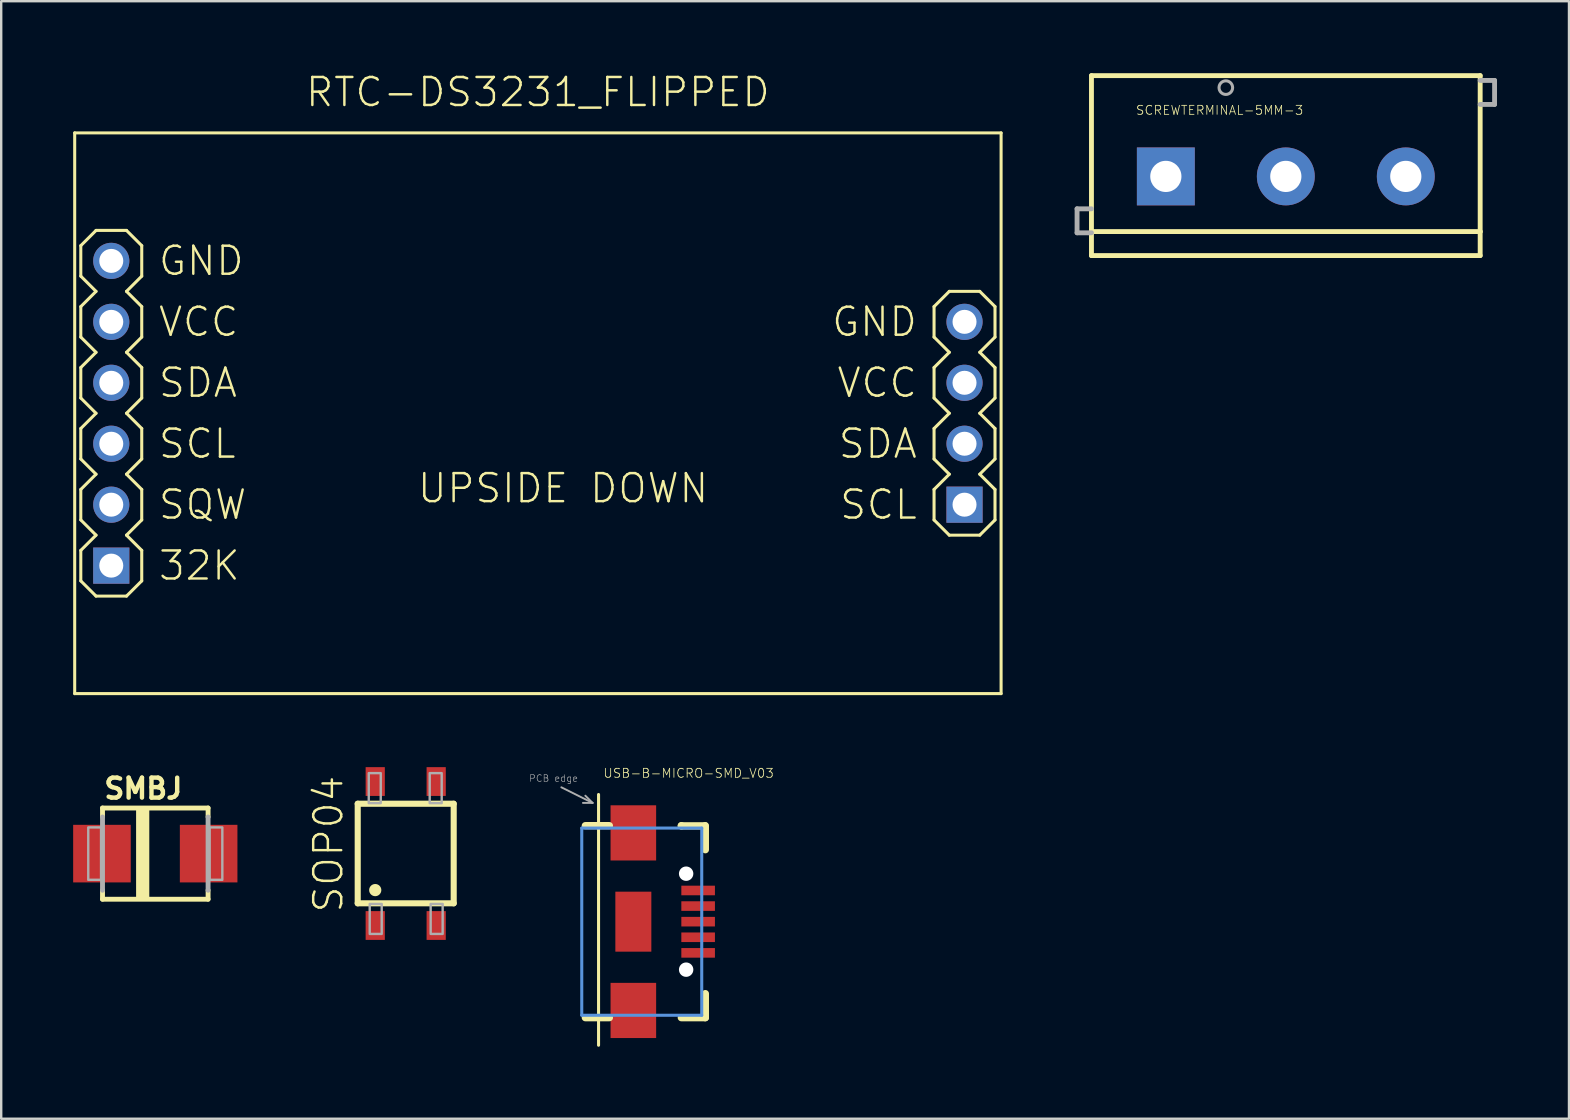
<source format=kicad_pcb>
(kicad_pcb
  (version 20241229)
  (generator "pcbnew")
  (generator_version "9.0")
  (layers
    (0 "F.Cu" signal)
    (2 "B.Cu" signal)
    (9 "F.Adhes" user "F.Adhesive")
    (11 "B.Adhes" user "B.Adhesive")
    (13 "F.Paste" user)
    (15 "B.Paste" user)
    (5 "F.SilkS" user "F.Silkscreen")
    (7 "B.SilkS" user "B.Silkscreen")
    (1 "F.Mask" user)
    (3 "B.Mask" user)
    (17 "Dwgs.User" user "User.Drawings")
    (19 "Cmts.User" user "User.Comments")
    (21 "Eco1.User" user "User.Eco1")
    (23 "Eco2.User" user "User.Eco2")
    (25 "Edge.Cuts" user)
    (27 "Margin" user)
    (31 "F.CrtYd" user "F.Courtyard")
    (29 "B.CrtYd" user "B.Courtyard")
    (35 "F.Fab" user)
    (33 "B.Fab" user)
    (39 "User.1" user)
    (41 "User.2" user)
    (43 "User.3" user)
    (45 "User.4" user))
  (footprint "USB-B-MICRO-SMD_V03"
    (layer "F.Cu")
    (at 23.345 35.361)
    (property "Reference" "USB-B-MICRO-SMD_V03" (at -1.27 -5.969 0) (unlocked yes) (layer "F.SilkS") (effects (font (size 0.374 0.374) (thickness 0.033)) (justify left bottom)))
    (fp_line (start -1.45 -5.3) (end -1.45 5.15) (stroke (width 0.127) (type solid)) (layer "F.SilkS"))
    (fp_line (start -1 -4) (end -2 -4) (stroke (width 0.305) (type solid)) (layer "F.SilkS"))
    (fp_line (start -1 4) (end -2 4) (stroke (width 0.305) (type solid)) (layer "F.SilkS"))
    (fp_line (start 2 -3.993) (end 2 -4) (stroke (width 0.305) (type solid)) (layer "F.SilkS"))
    (fp_line (start 2 4) (end 3 4) (stroke (width 0.305) (type solid)) (layer "F.SilkS"))
    (fp_line (start 2.982 -3.993) (end 2 -3.993) (stroke (width 0.305) (type solid)) (layer "F.SilkS"))
    (fp_line (start 3 -4) (end 3 -3) (stroke (width 0.305) (type solid)) (layer "F.SilkS"))
    (fp_line (start 3 4) (end 3 3) (stroke (width 0.305) (type solid)) (layer "F.SilkS"))
    (fp_line (start -2.15 -3.9) (end -2.15 3.9) (stroke (width 0.127) (type solid)) (layer "Cmts.User"))
    (fp_line (start 2.85 -3.9) (end -2.15 -3.9) (stroke (width 0.127) (type solid)) (layer "Cmts.User"))
    (fp_line (start 2.85 -3.9) (end 2.85 3.9) (stroke (width 0.127) (type solid)) (layer "Cmts.User"))
    (fp_line (start 2.85 3.9) (end -2.15 3.9) (stroke (width 0.127) (type solid)) (layer "Cmts.User"))
    (fp_line (start -3 -5.6) (end -1.7 -4.95) (stroke (width 0.08) (type solid)) (layer "F.Fab"))
    (fp_line (start -1.7 -4.95) (end -2.1 -4.95) (stroke (width 0.08) (type solid)) (layer "F.Fab"))
    (fp_line (start -1.7 -4.95) (end -2 -5.25) (stroke (width 0.08) (type solid)) (layer "F.Fab"))
    (fp_text user "PCB edge" (at -4.36 -5.81 0) (unlocked yes) (layer "F.Fab") (effects (font (size 0.28 0.28) (thickness 0.024)) (justify left bottom)))
    (pad "" np_thru_hole circle (at 2.2 -2) (size 0.6 0.6) (drill 0.6) (layers "*.Cu" "*.Mask"))
    (pad "" np_thru_hole circle (at 2.2 2) (size 0.6 0.6) (drill 0.6) (layers "*.Cu" "*.Mask"))
    (pad "D+1" smd rect (at 2.7 0 90) (size 0.4 1.4) (layers "F.Cu" "F.Mask" "F.Paste"))
    (pad "D-1" smd rect (at 2.7 -0.65 90) (size 0.4 1.4) (layers "F.Cu" "F.Mask" "F.Paste"))
    (pad "GND1" smd rect (at 2.7 1.3 90) (size 0.4 1.4) (layers "F.Cu" "F.Mask" "F.Paste"))
    (pad "ID1" smd rect (at 2.7 0.65 90) (size 0.4 1.4) (layers "F.Cu" "F.Mask" "F.Paste"))
    (pad "SHIELD1" smd rect (at 0 -3.7 90) (size 2.3 1.9) (layers "F.Cu" "F.Mask" "F.Paste"))
    (pad "SHIELD2" smd rect (at 0 3.7 90) (size 2.3 1.9) (layers "F.Cu" "F.Mask" "F.Paste"))
    (pad "SHIELD3" smd rect (at 0 0 90) (size 2.5 1.5) (layers "F.Cu" "F.Mask" "F.Paste"))
    (pad "VBUS1" smd rect (at 2.7 -1.3 90) (size 0.4 1.4) (layers "F.Cu" "F.Mask" "F.Paste")))
  (footprint "RTC-DS3231_FLIPPED"
    (layer "F.Cu")
    (at 19.367 14.173)
    (property "Reference" "RTC-DS3231_FLIPPED" (at 0 -12.7 0) (unlocked yes) (layer "F.SilkS") (effects (font (size 1.168 1.168) (thickness 0.102)) (justify bottom)))
    (fp_line (start -19.304 -11.684) (end -19.304 11.684) (stroke (width 0.127) (type solid)) (layer "F.SilkS"))
    (fp_line (start -19.304 -11.684) (end 19.304 -11.684) (stroke (width 0.127) (type solid)) (layer "F.SilkS"))
    (fp_line (start -19.05 -6.985) (end -18.415 -7.62) (stroke (width 0.127) (type solid)) (layer "F.SilkS"))
    (fp_line (start -19.05 -5.715) (end -19.05 -6.985) (stroke (width 0.127) (type solid)) (layer "F.SilkS"))
    (fp_line (start -19.05 -4.445) (end -18.415 -5.08) (stroke (width 0.127) (type solid)) (layer "F.SilkS"))
    (fp_line (start -19.05 -3.175) (end -19.05 -4.445) (stroke (width 0.127) (type solid)) (layer "F.SilkS"))
    (fp_line (start -19.05 -1.905) (end -18.415 -2.54) (stroke (width 0.127) (type solid)) (layer "F.SilkS"))
    (fp_line (start -19.05 -0.635) (end -19.05 -1.905) (stroke (width 0.127) (type solid)) (layer "F.SilkS"))
    (fp_line (start -19.05 0.635) (end -18.415 0) (stroke (width 0.127) (type solid)) (layer "F.SilkS"))
    (fp_line (start -19.05 1.905) (end -19.05 0.635) (stroke (width 0.127) (type solid)) (layer "F.SilkS"))
    (fp_line (start -19.05 3.175) (end -18.415 2.54) (stroke (width 0.127) (type solid)) (layer "F.SilkS"))
    (fp_line (start -19.05 4.445) (end -19.05 3.175) (stroke (width 0.127) (type solid)) (layer "F.SilkS"))
    (fp_line (start -19.05 5.715) (end -18.415 5.08) (stroke (width 0.127) (type solid)) (layer "F.SilkS"))
    (fp_line (start -19.05 6.985) (end -19.05 5.715) (stroke (width 0.127) (type solid)) (layer "F.SilkS"))
    (fp_line (start -18.415 -7.62) (end -17.145 -7.62) (stroke (width 0.127) (type solid)) (layer "F.SilkS"))
    (fp_line (start -18.415 -5.08) (end -19.05 -5.715) (stroke (width 0.127) (type solid)) (layer "F.SilkS"))
    (fp_line (start -18.415 -2.54) (end -19.05 -3.175) (stroke (width 0.127) (type solid)) (layer "F.SilkS"))
    (fp_line (start -18.415 0) (end -19.05 -0.635) (stroke (width 0.127) (type solid)) (layer "F.SilkS"))
    (fp_line (start -18.415 2.54) (end -19.05 1.905) (stroke (width 0.127) (type solid)) (layer "F.SilkS"))
    (fp_line (start -18.415 5.08) (end -19.05 4.445) (stroke (width 0.127) (type solid)) (layer "F.SilkS"))
    (fp_line (start -18.415 7.62) (end -19.05 6.985) (stroke (width 0.127) (type solid)) (layer "F.SilkS"))
    (fp_line (start -17.145 -7.62) (end -16.51 -6.985) (stroke (width 0.127) (type solid)) (layer "F.SilkS"))
    (fp_line (start -17.145 -5.08) (end -16.51 -4.445) (stroke (width 0.127) (type solid)) (layer "F.SilkS"))
    (fp_line (start -17.145 -2.54) (end -16.51 -1.905) (stroke (width 0.127) (type solid)) (layer "F.SilkS"))
    (fp_line (start -17.145 0) (end -16.51 0.635) (stroke (width 0.127) (type solid)) (layer "F.SilkS"))
    (fp_line (start -17.145 2.54) (end -16.51 3.175) (stroke (width 0.127) (type solid)) (layer "F.SilkS"))
    (fp_line (start -17.145 5.08) (end -16.51 5.715) (stroke (width 0.127) (type solid)) (layer "F.SilkS"))
    (fp_line (start -17.145 7.62) (end -18.415 7.62) (stroke (width 0.127) (type solid)) (layer "F.SilkS"))
    (fp_line (start -16.51 -6.985) (end -16.51 -5.715) (stroke (width 0.127) (type solid)) (layer "F.SilkS"))
    (fp_line (start -16.51 -5.715) (end -17.145 -5.08) (stroke (width 0.127) (type solid)) (layer "F.SilkS"))
    (fp_line (start -16.51 -4.445) (end -16.51 -3.175) (stroke (width 0.127) (type solid)) (layer "F.SilkS"))
    (fp_line (start -16.51 -3.175) (end -17.145 -2.54) (stroke (width 0.127) (type solid)) (layer "F.SilkS"))
    (fp_line (start -16.51 -1.905) (end -16.51 -0.635) (stroke (width 0.127) (type solid)) (layer "F.SilkS"))
    (fp_line (start -16.51 -0.635) (end -17.145 0) (stroke (width 0.127) (type solid)) (layer "F.SilkS"))
    (fp_line (start -16.51 0.635) (end -16.51 1.905) (stroke (width 0.127) (type solid)) (layer "F.SilkS"))
    (fp_line (start -16.51 1.905) (end -17.145 2.54) (stroke (width 0.127) (type solid)) (layer "F.SilkS"))
    (fp_line (start -16.51 3.175) (end -16.51 4.445) (stroke (width 0.127) (type solid)) (layer "F.SilkS"))
    (fp_line (start -16.51 4.445) (end -17.145 5.08) (stroke (width 0.127) (type solid)) (layer "F.SilkS"))
    (fp_line (start -16.51 5.715) (end -16.51 6.985) (stroke (width 0.127) (type solid)) (layer "F.SilkS"))
    (fp_line (start -16.51 6.985) (end -17.145 7.62) (stroke (width 0.127) (type solid)) (layer "F.SilkS"))
    (fp_line (start 16.51 -4.445) (end 17.145 -5.08) (stroke (width 0.127) (type solid)) (layer "F.SilkS"))
    (fp_line (start 16.51 -3.175) (end 16.51 -4.445) (stroke (width 0.127) (type solid)) (layer "F.SilkS"))
    (fp_line (start 16.51 -1.905) (end 17.145 -2.54) (stroke (width 0.127) (type solid)) (layer "F.SilkS"))
    (fp_line (start 16.51 -0.635) (end 16.51 -1.905) (stroke (width 0.127) (type solid)) (layer "F.SilkS"))
    (fp_line (start 16.51 0.635) (end 17.145 0) (stroke (width 0.127) (type solid)) (layer "F.SilkS"))
    (fp_line (start 16.51 1.905) (end 16.51 0.635) (stroke (width 0.127) (type solid)) (layer "F.SilkS"))
    (fp_line (start 16.51 3.175) (end 17.145 2.54) (stroke (width 0.127) (type solid)) (layer "F.SilkS"))
    (fp_line (start 16.51 4.445) (end 16.51 3.175) (stroke (width 0.127) (type solid)) (layer "F.SilkS"))
    (fp_line (start 17.145 -5.08) (end 18.415 -5.08) (stroke (width 0.127) (type solid)) (layer "F.SilkS"))
    (fp_line (start 17.145 -2.54) (end 16.51 -3.175) (stroke (width 0.127) (type solid)) (layer "F.SilkS"))
    (fp_line (start 17.145 0) (end 16.51 -0.635) (stroke (width 0.127) (type solid)) (layer "F.SilkS"))
    (fp_line (start 17.145 2.54) (end 16.51 1.905) (stroke (width 0.127) (type solid)) (layer "F.SilkS"))
    (fp_line (start 17.145 5.08) (end 16.51 4.445) (stroke (width 0.127) (type solid)) (layer "F.SilkS"))
    (fp_line (start 18.415 -5.08) (end 19.05 -4.445) (stroke (width 0.127) (type solid)) (layer "F.SilkS"))
    (fp_line (start 18.415 -2.54) (end 19.05 -1.905) (stroke (width 0.127) (type solid)) (layer "F.SilkS"))
    (fp_line (start 18.415 0) (end 19.05 0.635) (stroke (width 0.127) (type solid)) (layer "F.SilkS"))
    (fp_line (start 18.415 2.54) (end 19.05 3.175) (stroke (width 0.127) (type solid)) (layer "F.SilkS"))
    (fp_line (start 18.415 5.08) (end 17.145 5.08) (stroke (width 0.127) (type solid)) (layer "F.SilkS"))
    (fp_line (start 19.05 -4.445) (end 19.05 -3.175) (stroke (width 0.127) (type solid)) (layer "F.SilkS"))
    (fp_line (start 19.05 -3.175) (end 18.415 -2.54) (stroke (width 0.127) (type solid)) (layer "F.SilkS"))
    (fp_line (start 19.05 -1.905) (end 19.05 -0.635) (stroke (width 0.127) (type solid)) (layer "F.SilkS"))
    (fp_line (start 19.05 -0.635) (end 18.415 0) (stroke (width 0.127) (type solid)) (layer "F.SilkS"))
    (fp_line (start 19.05 0.635) (end 19.05 1.905) (stroke (width 0.127) (type solid)) (layer "F.SilkS"))
    (fp_line (start 19.05 1.905) (end 18.415 2.54) (stroke (width 0.127) (type solid)) (layer "F.SilkS"))
    (fp_line (start 19.05 3.175) (end 19.05 4.445) (stroke (width 0.127) (type solid)) (layer "F.SilkS"))
    (fp_line (start 19.05 4.445) (end 18.415 5.08) (stroke (width 0.127) (type solid)) (layer "F.SilkS"))
    (fp_line (start 19.304 -11.684) (end 19.304 11.684) (stroke (width 0.127) (type solid)) (layer "F.SilkS"))
    (fp_line (start 19.304 11.684) (end -19.304 11.684) (stroke (width 0.127) (type solid)) (layer "F.SilkS"))
    (fp_text user "UPSIDE DOWN" (at -5.08 3.81 0) (unlocked yes) (layer "F.SilkS") (effects (font (size 1.168 1.168) (thickness 0.102)) (justify left bottom)))
    (fp_text user "VCC" (at -15.875 -3.81 0) (unlocked yes) (layer "F.SilkS") (effects (font (size 1.168 1.168) (thickness 0.102)) (justify left)))
    (fp_text user "GND" (at -15.875 -6.35 0) (unlocked yes) (layer "F.SilkS") (effects (font (size 1.168 1.168) (thickness 0.102)) (justify left)))
    (fp_text user "VCC" (at 15.875 -1.27 0) (unlocked yes) (layer "F.SilkS") (effects (font (size 1.168 1.168) (thickness 0.102)) (justify right)))
    (fp_text user "SQW" (at -15.875 3.81 0) (unlocked yes) (layer "F.SilkS") (effects (font (size 1.168 1.168) (thickness 0.102)) (justify left)))
    (fp_text user "SDA" (at 15.875 1.27 0) (unlocked yes) (layer "F.SilkS") (effects (font (size 1.168 1.168) (thickness 0.102)) (justify right)))
    (fp_text user "SDA" (at -15.875 -1.27 0) (unlocked yes) (layer "F.SilkS") (effects (font (size 1.168 1.168) (thickness 0.102)) (justify left)))
    (fp_text user "SCL" (at 15.875 3.81 0) (unlocked yes) (layer "F.SilkS") (effects (font (size 1.168 1.168) (thickness 0.102)) (justify right)))
    (fp_text user "SCL" (at -15.875 1.27 0) (unlocked yes) (layer "F.SilkS") (effects (font (size 1.168 1.168) (thickness 0.102)) (justify left)))
    (fp_text user "GND" (at 15.875 -3.81 0) (unlocked yes) (layer "F.SilkS") (effects (font (size 1.168 1.168) (thickness 0.102)) (justify right)))
    (fp_text user "32K" (at -15.875 6.35 0) (unlocked yes) (layer "F.SilkS") (effects (font (size 1.168 1.168) (thickness 0.102)) (justify left)))
    (pad "J1.1" thru_hole rect (at -17.78 6.35) (size 1.508 1.508) (drill 1) (layers "*.Cu" "*.Mask"))
    (pad "J1.2" thru_hole circle (at -17.78 3.81) (size 1.508 1.508) (drill 1) (layers "*.Cu" "*.Mask"))
    (pad "J1.3" thru_hole circle (at -17.78 1.27) (size 1.508 1.508) (drill 1) (layers "*.Cu" "*.Mask"))
    (pad "J1.4" thru_hole circle (at -17.78 -1.27) (size 1.508 1.508) (drill 1) (layers "*.Cu" "*.Mask"))
    (pad "J1.5" thru_hole circle (at -17.78 -3.81) (size 1.508 1.508) (drill 1) (layers "*.Cu" "*.Mask"))
    (pad "J1.6" thru_hole circle (at -17.78 -6.35) (size 1.508 1.508) (drill 1) (layers "*.Cu" "*.Mask"))
    (pad "J2.1" thru_hole rect (at 17.78 3.81) (size 1.508 1.508) (drill 1) (layers "*.Cu" "*.Mask"))
    (pad "J2.2" thru_hole circle (at 17.78 1.27) (size 1.508 1.508) (drill 1) (layers "*.Cu" "*.Mask"))
    (pad "J2.3" thru_hole circle (at 17.78 -1.27) (size 1.508 1.508) (drill 1) (layers "*.Cu" "*.Mask"))
    (pad "J2.4" thru_hole circle (at 17.78 -3.81) (size 1.508 1.508) (drill 1) (layers "*.Cu" "*.Mask")))
  (footprint "SMBJ"
    (layer "F.Cu")
    (at 3.422 32.525)
    (property "Reference" "SMBJ" (at -2.223 -2.223 0) (unlocked yes) (layer "F.SilkS") (effects (font (size 0.833 0.833) (thickness 0.183)) (justify left bottom)))
    (fp_line (start -2.2 -1.9) (end 2.2 -1.9) (stroke (width 0.203) (type solid)) (layer "F.SilkS"))
    (fp_line (start -2.2 -1.527) (end -2.2 -1.9) (stroke (width 0.203) (type solid)) (layer "F.SilkS"))
    (fp_line (start -2.2 1.9) (end -2.2 1.527) (stroke (width 0.203) (type solid)) (layer "F.SilkS"))
    (fp_line (start -2.2 1.9) (end 2.2 1.9) (stroke (width 0.203) (type solid)) (layer "F.SilkS"))
    (fp_line (start 2.2 -1.527) (end 2.2 -1.9) (stroke (width 0.203) (type solid)) (layer "F.SilkS"))
    (fp_line (start 2.2 1.9) (end 2.2 1.527) (stroke (width 0.203) (type solid)) (layer "F.SilkS"))
    (fp_poly (pts (xy -0.8 1.9) (xy -0.25 1.9) (xy -0.25 -1.9) (xy -0.8 -1.9)) (stroke (width 0) (type default)) (fill yes) (layer "F.SilkS"))
    (fp_line (start -2.2 1.527) (end -2.2 -1.527) (stroke (width 0.203) (type solid)) (layer "F.Fab"))
    (fp_line (start 2.2 1.527) (end 2.2 -1.527) (stroke (width 0.203) (type solid)) (layer "F.Fab"))
    (fp_poly (pts (xy -2.794 1.092) (xy -2.261 1.092) (xy -2.261 -1.092) (xy -2.794 -1.092)) (stroke (width 0.1) (type default)) (fill no) (layer "F.Fab"))
    (fp_poly (pts (xy 2.261 1.092) (xy 2.794 1.092) (xy 2.794 -1.092) (xy 2.261 -1.092)) (stroke (width 0.1) (type default)) (fill no) (layer "F.Fab"))
    (pad "A" smd rect (at 2.223 0) (size 2.4 2.4) (layers "F.Cu" "F.Mask" "F.Paste"))
    (pad "C" smd rect (at -2.223 0) (size 2.4 2.4) (layers "F.Cu" "F.Mask" "F.Paste")))
  (footprint "SOP04"
    (layer "F.Cu")
    (at 13.858 32.521)
    (property "Reference" "SOP04" (at -2.54 2.54 90) (unlocked yes) (layer "F.SilkS") (effects (font (size 1.168 1.168) (thickness 0.102)) (justify left bottom)))
    (fp_line (start -2 -2.075) (end 2 -2.075) (stroke (width 0.254) (type solid)) (layer "F.SilkS"))
    (fp_line (start -2 2.075) (end -2 -2.075) (stroke (width 0.254) (type solid)) (layer "F.SilkS"))
    (fp_line (start 2 -2.075) (end 2 2.075) (stroke (width 0.254) (type solid)) (layer "F.SilkS"))
    (fp_line (start 2 2.075) (end -2 2.075) (stroke (width 0.254) (type solid)) (layer "F.SilkS"))
    (fp_circle (center -1.27 1.524) (end -1.143 1.524) (stroke (width 0.254) (type solid)) (fill yes) (layer "F.SilkS"))
    (fp_poly (pts (xy -1.54 -2.1) (xy -1.04 -2.1) (xy -1.04 -3.35) (xy -1.54 -3.35)) (stroke (width 0.1) (type default)) (fill no) (layer "F.Fab"))
    (fp_poly (pts (xy -1.5 3.35) (xy -1 3.35) (xy -1 2.1) (xy -1.5 2.1)) (stroke (width 0.1) (type default)) (fill no) (layer "F.Fab"))
    (fp_poly (pts (xy 1 -2.1) (xy 1.5 -2.1) (xy 1.5 -3.35) (xy 1 -3.35)) (stroke (width 0.1) (type default)) (fill no) (layer "F.Fab"))
    (fp_poly (pts (xy 1.04 3.35) (xy 1.54 3.35) (xy 1.54 2.1) (xy 1.04 2.1)) (stroke (width 0.1) (type default)) (fill no) (layer "F.Fab"))
    (pad "1" smd rect (at -1.27 3) (size 0.8 1.2) (layers "F.Cu" "F.Mask" "F.Paste"))
    (pad "2" smd rect (at 1.27 3) (size 0.8 1.2) (layers "F.Cu" "F.Mask" "F.Paste"))
    (pad "3" smd rect (at 1.27 -3) (size 0.8 1.2) (layers "F.Cu" "F.Mask" "F.Paste"))
    (pad "4" smd rect (at -1.27 -3) (size 0.8 1.2) (layers "F.Cu" "F.Mask" "F.Paste")))
  (footprint "SCREWTERMINAL-5MM-3"
    (layer "F.Cu")
    (at 45.537 4.302)
    (property "Reference" "SCREWTERMINAL-5MM-3" (at -1.27 -2.54 0) (unlocked yes) (layer "F.SilkS") (effects (font (size 0.374 0.374) (thickness 0.033)) (justify left bottom)))
    (fp_line (start -3.1 -4.2) (end 13.1 -4.2) (stroke (width 0.203) (type solid)) (layer "F.SilkS"))
    (fp_line (start -3.1 2.3) (end -3.1 -4.2) (stroke (width 0.203) (type solid)) (layer "F.SilkS"))
    (fp_line (start -3.1 3.3) (end -3.1 2.3) (stroke (width 0.203) (type solid)) (layer "F.SilkS"))
    (fp_line (start 13.1 -4.2) (end 13.1 2.3) (stroke (width 0.203) (type solid)) (layer "F.SilkS"))
    (fp_line (start 13.1 2.3) (end -3.1 2.3) (stroke (width 0.203) (type solid)) (layer "F.SilkS"))
    (fp_line (start 13.1 2.3) (end 13.1 3.3) (stroke (width 0.203) (type solid)) (layer "F.SilkS"))
    (fp_line (start 13.1 3.3) (end -3.1 3.3) (stroke (width 0.203) (type solid)) (layer "F.SilkS"))
    (fp_line (start -3.7 1.35) (end -3.7 2.35) (stroke (width 0.203) (type solid)) (layer "F.Fab"))
    (fp_line (start -3.7 2.35) (end -3.1 2.35) (stroke (width 0.203) (type solid)) (layer "F.Fab"))
    (fp_line (start -3.1 1.35) (end -3.7 1.35) (stroke (width 0.203) (type solid)) (layer "F.Fab"))
    (fp_line (start 13.1 -4) (end 13.7 -4) (stroke (width 0.203) (type solid)) (layer "F.Fab"))
    (fp_line (start 13.7 -4) (end 13.7 -3) (stroke (width 0.203) (type solid)) (layer "F.Fab"))
    (fp_line (start 13.7 -3) (end 13.1 -3) (stroke (width 0.203) (type solid)) (layer "F.Fab"))
    (fp_circle (center 2.5 -3.7) (end 2.783 -3.7) (stroke (width 0.127) (type solid)) (fill no) (layer "F.Fab"))
    (pad "1" thru_hole rect (at 0 0) (size 2.413 2.413) (drill 1.3) (layers "*.Cu" "*.Mask"))
    (pad "2" thru_hole circle (at 5 0) (size 2.413 2.413) (drill 1.3) (layers "*.Cu" "*.Mask"))
    (pad "3" thru_hole circle (at 10 0) (size 2.413 2.413) (drill 1.3) (layers "*.Cu" "*.Mask")))
  (gr_rect
    (start -3 -3)
    (end 62.338 43.575)
    (stroke (width 0.1) (type default))
    (fill no)
    (layer "Edge.Cuts")))
</source>
